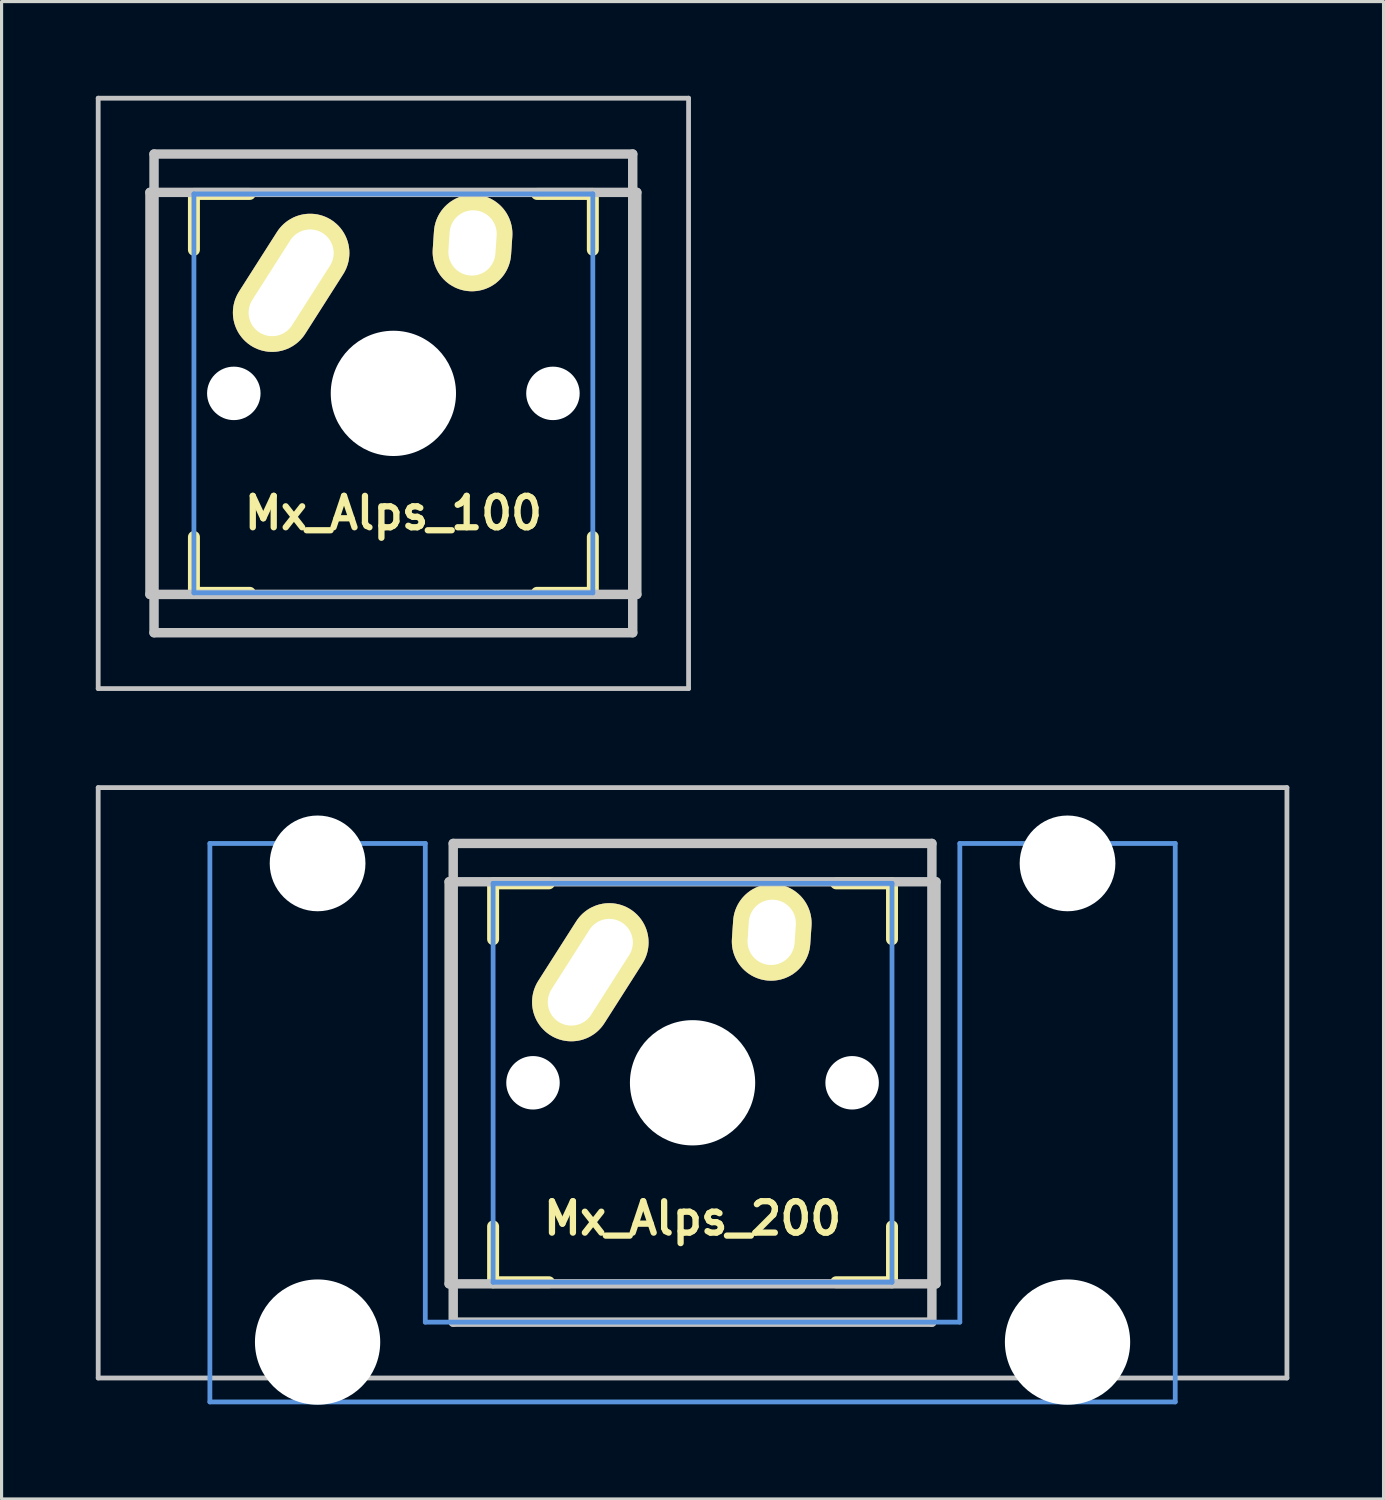
<source format=kicad_pcb>
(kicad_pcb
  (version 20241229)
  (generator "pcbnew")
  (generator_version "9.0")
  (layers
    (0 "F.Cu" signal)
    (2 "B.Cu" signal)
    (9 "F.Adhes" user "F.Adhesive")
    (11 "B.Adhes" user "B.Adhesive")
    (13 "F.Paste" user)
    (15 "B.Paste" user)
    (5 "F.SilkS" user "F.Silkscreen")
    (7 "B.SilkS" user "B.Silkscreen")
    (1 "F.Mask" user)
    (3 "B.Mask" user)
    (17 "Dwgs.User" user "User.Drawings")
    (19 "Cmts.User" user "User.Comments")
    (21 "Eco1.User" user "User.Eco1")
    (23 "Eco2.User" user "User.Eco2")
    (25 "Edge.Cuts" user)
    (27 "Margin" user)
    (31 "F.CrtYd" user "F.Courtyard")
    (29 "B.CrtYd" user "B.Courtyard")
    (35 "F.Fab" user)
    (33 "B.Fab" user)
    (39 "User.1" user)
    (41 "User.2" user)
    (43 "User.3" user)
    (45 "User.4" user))
  (footprint "Mx_Alps_100"
    (layer "F.Cu")
    (at 9.474 9.474)
    (property "Reference" "Mx_Alps_100" (at 0 3.81 0) (layer "F.SilkS") (effects (font (size 1 1) (thickness 0.2))))
    (attr through_hole)
    (fp_line (start -6.35 -6.35) (end -4.572 -6.35) (stroke (width 0.381) (type solid)) (layer "F.SilkS"))
    (fp_line (start -6.35 -4.572) (end -6.35 -6.35) (stroke (width 0.381) (type solid)) (layer "F.SilkS"))
    (fp_line (start -6.35 6.35) (end -6.35 4.572) (stroke (width 0.381) (type solid)) (layer "F.SilkS"))
    (fp_line (start -4.572 6.35) (end -6.35 6.35) (stroke (width 0.381) (type solid)) (layer "F.SilkS"))
    (fp_line (start 4.572 -6.35) (end 6.35 -6.35) (stroke (width 0.381) (type solid)) (layer "F.SilkS"))
    (fp_line (start 6.35 -6.35) (end 6.35 -4.572) (stroke (width 0.381) (type solid)) (layer "F.SilkS"))
    (fp_line (start 6.35 4.572) (end 6.35 6.35) (stroke (width 0.381) (type solid)) (layer "F.SilkS"))
    (fp_line (start 6.35 6.35) (end 4.572 6.35) (stroke (width 0.381) (type solid)) (layer "F.SilkS"))
    (fp_line (start -9.398 -9.398) (end 9.398 -9.398) (stroke (width 0.152) (type solid)) (layer "Dwgs.User"))
    (fp_line (start -9.398 9.398) (end -9.398 -9.398) (stroke (width 0.152) (type solid)) (layer "Dwgs.User"))
    (fp_line (start -7.75 6.4) (end -7.75 -6.4) (stroke (width 0.3) (type solid)) (layer "Dwgs.User"))
    (fp_line (start -7.75 6.4) (end 7.75 6.4) (stroke (width 0.3) (type solid)) (layer "Dwgs.User"))
    (fp_line (start -7.62 -7.62) (end 7.62 -7.62) (stroke (width 0.3) (type solid)) (layer "Dwgs.User"))
    (fp_line (start -7.62 7.62) (end -7.62 -7.62) (stroke (width 0.3) (type solid)) (layer "Dwgs.User"))
    (fp_line (start 7.62 -7.62) (end 7.62 7.62) (stroke (width 0.3) (type solid)) (layer "Dwgs.User"))
    (fp_line (start 7.62 7.62) (end -7.62 7.62) (stroke (width 0.3) (type solid)) (layer "Dwgs.User"))
    (fp_line (start 7.75 -6.4) (end -7.75 -6.4) (stroke (width 0.3) (type solid)) (layer "Dwgs.User"))
    (fp_line (start 7.75 6.4) (end 7.75 -6.4) (stroke (width 0.3) (type solid)) (layer "Dwgs.User"))
    (fp_line (start 9.398 -9.398) (end 9.398 9.398) (stroke (width 0.152) (type solid)) (layer "Dwgs.User"))
    (fp_line (start 9.398 9.398) (end -9.398 9.398) (stroke (width 0.152) (type solid)) (layer "Dwgs.User"))
    (fp_line (start -6.35 -6.35) (end 6.35 -6.35) (stroke (width 0.152) (type solid)) (layer "Cmts.User"))
    (fp_line (start -6.35 6.35) (end -6.35 -6.35) (stroke (width 0.152) (type solid)) (layer "Cmts.User"))
    (fp_line (start 6.35 -6.35) (end 6.35 6.35) (stroke (width 0.152) (type solid)) (layer "Cmts.User"))
    (fp_line (start 6.35 6.35) (end -6.35 6.35) (stroke (width 0.152) (type solid)) (layer "Cmts.User"))
    (fp_line (start -6.985 -6.985) (end 6.985 -6.985) (stroke (width 0.152) (type solid)) (layer "Eco2.User"))
    (fp_line (start -6.985 6.985) (end -6.985 -6.985) (stroke (width 0.152) (type solid)) (layer "Eco2.User"))
    (fp_line (start 6.985 -6.985) (end 6.985 6.985) (stroke (width 0.152) (type solid)) (layer "Eco2.User"))
    (fp_line (start 6.985 6.985) (end -6.985 6.985) (stroke (width 0.152) (type solid)) (layer "Eco2.User"))
    (pad "" np_thru_hole circle (at -5.08 0) (size 1.702 1.702) (drill 1.702) (layers "*.Cu"))
    (pad "" np_thru_hole circle (at 0 0) (size 3.988 3.988) (drill 3.988) (layers "*.Cu"))
    (pad "" np_thru_hole circle (at 5.08 0) (size 1.702 1.702) (drill 1.702) (layers "*.Cu"))
    (pad "1" thru_hole oval (at -3.255 -3.52 327.5) (size 2.5 4.75) (drill oval 1.5 3.75) (layers "*.Cu" "*.Mask" "F.SilkS"))
    (pad "2" thru_hole oval (at 2.52 -4.79 356.1) (size 2.5 3.08) (drill oval 1.5 2.08) (layers "*.Cu" "*.Mask" "F.SilkS")))
  (footprint "Mx_Alps_200"
    (layer "F.Cu")
    (at 18.999 31.423)
    (property "Reference" "Mx_Alps_200" (at 0 4.318 0) (layer "F.SilkS") (effects (font (size 1 1) (thickness 0.2))))
    (attr through_hole)
    (fp_line (start -6.35 -6.35) (end -4.572 -6.35) (stroke (width 0.381) (type solid)) (layer "F.SilkS"))
    (fp_line (start -6.35 -4.572) (end -6.35 -6.35) (stroke (width 0.381) (type solid)) (layer "F.SilkS"))
    (fp_line (start -6.35 6.35) (end -6.35 4.572) (stroke (width 0.381) (type solid)) (layer "F.SilkS"))
    (fp_line (start -4.572 6.35) (end -6.35 6.35) (stroke (width 0.381) (type solid)) (layer "F.SilkS"))
    (fp_line (start 4.572 -6.35) (end 6.35 -6.35) (stroke (width 0.381) (type solid)) (layer "F.SilkS"))
    (fp_line (start 6.35 -6.35) (end 6.35 -4.572) (stroke (width 0.381) (type solid)) (layer "F.SilkS"))
    (fp_line (start 6.35 4.572) (end 6.35 6.35) (stroke (width 0.381) (type solid)) (layer "F.SilkS"))
    (fp_line (start 6.35 6.35) (end 4.572 6.35) (stroke (width 0.381) (type solid)) (layer "F.SilkS"))
    (fp_line (start -18.923 -9.398) (end 18.923 -9.398) (stroke (width 0.152) (type solid)) (layer "Dwgs.User"))
    (fp_line (start -18.923 9.398) (end -18.923 -9.398) (stroke (width 0.152) (type solid)) (layer "Dwgs.User"))
    (fp_line (start -7.75 6.4) (end -7.75 -6.4) (stroke (width 0.3) (type solid)) (layer "Dwgs.User"))
    (fp_line (start -7.75 6.4) (end 7.75 6.4) (stroke (width 0.3) (type solid)) (layer "Dwgs.User"))
    (fp_line (start -7.62 -7.62) (end 7.62 -7.62) (stroke (width 0.3) (type solid)) (layer "Dwgs.User"))
    (fp_line (start -7.62 7.62) (end -7.62 -7.62) (stroke (width 0.3) (type solid)) (layer "Dwgs.User"))
    (fp_line (start 7.62 -7.62) (end 7.62 7.62) (stroke (width 0.3) (type solid)) (layer "Dwgs.User"))
    (fp_line (start 7.62 7.62) (end -7.62 7.62) (stroke (width 0.3) (type solid)) (layer "Dwgs.User"))
    (fp_line (start 7.75 -6.4) (end -7.75 -6.4) (stroke (width 0.3) (type solid)) (layer "Dwgs.User"))
    (fp_line (start 7.75 6.4) (end 7.75 -6.4) (stroke (width 0.3) (type solid)) (layer "Dwgs.User"))
    (fp_line (start 18.923 -9.398) (end 18.923 9.398) (stroke (width 0.152) (type solid)) (layer "Dwgs.User"))
    (fp_line (start 18.923 9.398) (end -18.923 9.398) (stroke (width 0.152) (type solid)) (layer "Dwgs.User"))
    (fp_line (start -15.367 -7.62) (end -15.367 10.16) (stroke (width 0.152) (type solid)) (layer "Cmts.User"))
    (fp_line (start -15.367 10.16) (end 15.367 10.16) (stroke (width 0.152) (type solid)) (layer "Cmts.User"))
    (fp_line (start -8.509 -7.62) (end -15.367 -7.62) (stroke (width 0.152) (type solid)) (layer "Cmts.User"))
    (fp_line (start -8.509 7.62) (end -8.509 -7.62) (stroke (width 0.152) (type solid)) (layer "Cmts.User"))
    (fp_line (start -6.35 -6.35) (end 6.35 -6.35) (stroke (width 0.152) (type solid)) (layer "Cmts.User"))
    (fp_line (start -6.35 6.35) (end -6.35 -6.35) (stroke (width 0.152) (type solid)) (layer "Cmts.User"))
    (fp_line (start 6.35 -6.35) (end 6.35 6.35) (stroke (width 0.152) (type solid)) (layer "Cmts.User"))
    (fp_line (start 6.35 6.35) (end -6.35 6.35) (stroke (width 0.152) (type solid)) (layer "Cmts.User"))
    (fp_line (start 8.509 -7.62) (end 8.509 7.62) (stroke (width 0.152) (type solid)) (layer "Cmts.User"))
    (fp_line (start 8.509 7.62) (end -8.509 7.62) (stroke (width 0.152) (type solid)) (layer "Cmts.User"))
    (fp_line (start 15.367 -7.62) (end 8.509 -7.62) (stroke (width 0.152) (type solid)) (layer "Cmts.User"))
    (fp_line (start 15.367 10.16) (end 15.367 -7.62) (stroke (width 0.152) (type solid)) (layer "Cmts.User"))
    (fp_line (start -16.129 -2.286) (end -15.265 -2.286) (stroke (width 0.152) (type solid)) (layer "Eco2.User"))
    (fp_line (start -16.129 0.508) (end -16.129 -2.286) (stroke (width 0.152) (type solid)) (layer "Eco2.User"))
    (fp_line (start -15.265 -5.69) (end -8.611 -5.69) (stroke (width 0.152) (type solid)) (layer "Eco2.User"))
    (fp_line (start -15.265 -2.286) (end -15.265 -5.69) (stroke (width 0.152) (type solid)) (layer "Eco2.User"))
    (fp_line (start -15.265 0.508) (end -16.129 0.508) (stroke (width 0.152) (type solid)) (layer "Eco2.User"))
    (fp_line (start -15.265 6.604) (end -15.265 0.508) (stroke (width 0.152) (type solid)) (layer "Eco2.User"))
    (fp_line (start -14.224 6.604) (end -15.265 6.604) (stroke (width 0.152) (type solid)) (layer "Eco2.User"))
    (fp_line (start -14.224 7.772) (end -14.224 6.604) (stroke (width 0.152) (type solid)) (layer "Eco2.User"))
    (fp_line (start -9.652 6.604) (end -9.652 7.772) (stroke (width 0.152) (type solid)) (layer "Eco2.User"))
    (fp_line (start -9.652 7.772) (end -14.224 7.772) (stroke (width 0.152) (type solid)) (layer "Eco2.User"))
    (fp_line (start -8.611 -5.69) (end -8.611 -4.877) (stroke (width 0.152) (type solid)) (layer "Eco2.User"))
    (fp_line (start -8.611 -4.877) (end -6.985 -4.877) (stroke (width 0.152) (type solid)) (layer "Eco2.User"))
    (fp_line (start -8.611 5.817) (end -8.611 6.604) (stroke (width 0.152) (type solid)) (layer "Eco2.User"))
    (fp_line (start -8.611 6.604) (end -9.652 6.604) (stroke (width 0.152) (type solid)) (layer "Eco2.User"))
    (fp_line (start -6.985 -6.985) (end 6.985 -6.985) (stroke (width 0.152) (type solid)) (layer "Eco2.User"))
    (fp_line (start -6.985 -4.877) (end -6.985 -6.985) (stroke (width 0.152) (type solid)) (layer "Eco2.User"))
    (fp_line (start -6.985 5.817) (end -8.611 5.817) (stroke (width 0.152) (type solid)) (layer "Eco2.User"))
    (fp_line (start -6.985 6.985) (end -6.985 5.817) (stroke (width 0.152) (type solid)) (layer "Eco2.User"))
    (fp_line (start 6.985 -6.985) (end 6.985 -4.877) (stroke (width 0.152) (type solid)) (layer "Eco2.User"))
    (fp_line (start 6.985 -4.877) (end 8.611 -4.877) (stroke (width 0.152) (type solid)) (layer "Eco2.User"))
    (fp_line (start 6.985 5.817) (end 6.985 6.985) (stroke (width 0.152) (type solid)) (layer "Eco2.User"))
    (fp_line (start 6.985 6.985) (end -6.985 6.985) (stroke (width 0.152) (type solid)) (layer "Eco2.User"))
    (fp_line (start 8.611 -5.69) (end 15.265 -5.69) (stroke (width 0.152) (type solid)) (layer "Eco2.User"))
    (fp_line (start 8.611 -4.877) (end 8.611 -5.69) (stroke (width 0.152) (type solid)) (layer "Eco2.User"))
    (fp_line (start 8.611 5.817) (end 6.985 5.817) (stroke (width 0.152) (type solid)) (layer "Eco2.User"))
    (fp_line (start 8.611 6.604) (end 8.611 5.817) (stroke (width 0.152) (type solid)) (layer "Eco2.User"))
    (fp_line (start 9.652 6.604) (end 8.611 6.604) (stroke (width 0.152) (type solid)) (layer "Eco2.User"))
    (fp_line (start 9.652 7.772) (end 9.652 6.604) (stroke (width 0.152) (type solid)) (layer "Eco2.User"))
    (fp_line (start 14.224 6.604) (end 14.224 7.772) (stroke (width 0.152) (type solid)) (layer "Eco2.User"))
    (fp_line (start 14.224 7.772) (end 9.652 7.772) (stroke (width 0.152) (type solid)) (layer "Eco2.User"))
    (fp_line (start 15.265 -5.69) (end 15.265 -2.286) (stroke (width 0.152) (type solid)) (layer "Eco2.User"))
    (fp_line (start 15.265 -2.286) (end 16.129 -2.286) (stroke (width 0.152) (type solid)) (layer "Eco2.User"))
    (fp_line (start 15.265 0.508) (end 15.265 6.604) (stroke (width 0.152) (type solid)) (layer "Eco2.User"))
    (fp_line (start 15.265 6.604) (end 14.224 6.604) (stroke (width 0.152) (type solid)) (layer "Eco2.User"))
    (fp_line (start 16.129 -2.286) (end 16.129 0.508) (stroke (width 0.152) (type solid)) (layer "Eco2.User"))
    (fp_line (start 16.129 0.508) (end 15.265 0.508) (stroke (width 0.152) (type solid)) (layer "Eco2.User"))
    (pad "" np_thru_hole circle (at -11.938 -6.985) (size 3.048 3.048) (drill 3.048) (layers "*.Cu"))
    (pad "" np_thru_hole circle (at -11.938 8.255) (size 3.988 3.988) (drill 3.988) (layers "*.Cu"))
    (pad "" np_thru_hole circle (at -5.08 0) (size 1.702 1.702) (drill 1.702) (layers "*.Cu"))
    (pad "" np_thru_hole circle (at 0 0) (size 3.988 3.988) (drill 3.988) (layers "*.Cu"))
    (pad "" np_thru_hole circle (at 5.08 0) (size 1.702 1.702) (drill 1.702) (layers "*.Cu"))
    (pad "" np_thru_hole circle (at 11.938 -6.985) (size 3.048 3.048) (drill 3.048) (layers "*.Cu"))
    (pad "" np_thru_hole circle (at 11.938 8.255) (size 3.988 3.988) (drill 3.988) (layers "*.Cu"))
    (pad "1" thru_hole oval (at -3.255 -3.52 327.5) (size 2.5 4.75) (drill oval 1.5 3.75) (layers "*.Cu" "*.Mask" "F.SilkS"))
    (pad "2" thru_hole oval (at 2.52 -4.79 356.1) (size 2.5 3.08) (drill oval 1.5 2.08) (layers "*.Cu" "*.Mask" "F.SilkS")))
  (gr_rect
    (start -3 -3)
    (end 40.998 44.672)
    (stroke (width 0.1) (type default))
    (fill no)
    (layer "Edge.Cuts")))
</source>
